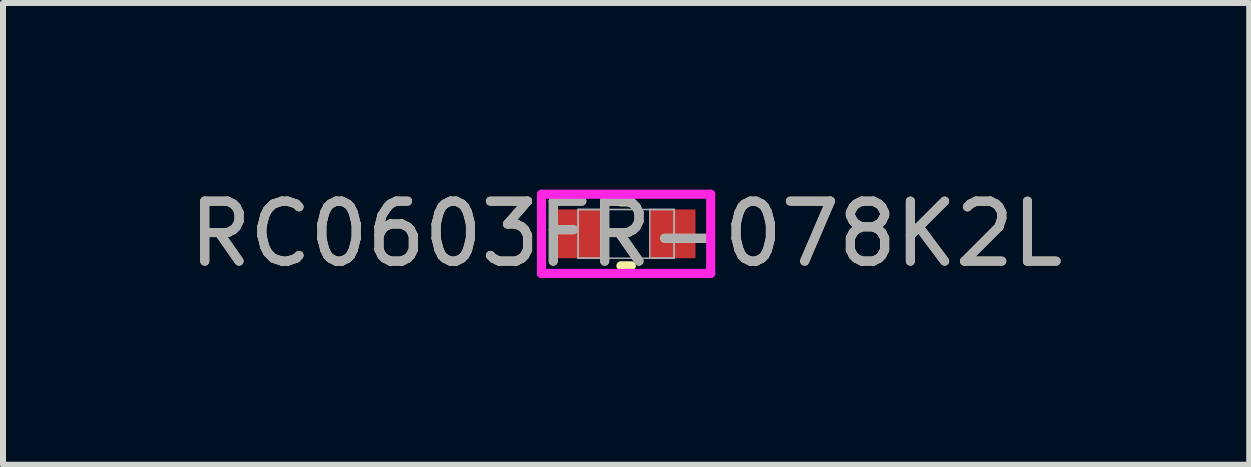
<source format=kicad_pcb>
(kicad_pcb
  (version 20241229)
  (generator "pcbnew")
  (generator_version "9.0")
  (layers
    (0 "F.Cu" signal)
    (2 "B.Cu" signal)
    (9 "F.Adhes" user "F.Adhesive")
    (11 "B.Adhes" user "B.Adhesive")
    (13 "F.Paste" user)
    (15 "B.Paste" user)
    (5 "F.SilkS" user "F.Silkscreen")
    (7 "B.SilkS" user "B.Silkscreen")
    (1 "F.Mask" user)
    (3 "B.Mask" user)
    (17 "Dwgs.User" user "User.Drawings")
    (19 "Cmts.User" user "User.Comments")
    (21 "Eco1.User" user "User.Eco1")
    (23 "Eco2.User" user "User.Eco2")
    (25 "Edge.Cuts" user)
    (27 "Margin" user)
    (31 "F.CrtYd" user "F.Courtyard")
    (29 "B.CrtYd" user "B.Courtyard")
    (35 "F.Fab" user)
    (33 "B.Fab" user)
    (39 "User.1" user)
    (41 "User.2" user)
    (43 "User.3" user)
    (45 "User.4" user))
  (footprint "RC0603FR-078K2L"
    (layer "F.Cu")
    (at 7.387 0.848)
    (property "Reference" "RC0603FR-078K2L" (at 0 0 0) (unlocked yes) (layer "F.SilkS") (effects (font (size 1 1) (thickness 0.15))))
    (attr smd)
    (fp_line (start -0.086 0.533) (end 0.086 0.533) (stroke (width 0.152) (type solid)) (layer "F.SilkS"))
    (fp_line (start 0.086 -0.533) (end -0.086 -0.533) (stroke (width 0.152) (type solid)) (layer "F.SilkS"))
    (fp_line (start -1.41 -0.66) (end 1.41 -0.66) (stroke (width 0.152) (type solid)) (layer "F.CrtYd"))
    (fp_line (start -1.41 0.66) (end -1.41 -0.66) (stroke (width 0.152) (type solid)) (layer "F.CrtYd"))
    (fp_line (start 1.41 -0.66) (end 1.41 0.66) (stroke (width 0.152) (type solid)) (layer "F.CrtYd"))
    (fp_line (start 1.41 0.66) (end -1.41 0.66) (stroke (width 0.152) (type solid)) (layer "F.CrtYd"))
    (fp_line (start -0.8 -0.406) (end -0.8 0.406) (stroke (width 0.025) (type solid)) (layer "F.Fab"))
    (fp_line (start -0.8 -0.406) (end -0.8 0.406) (stroke (width 0.025) (type solid)) (layer "F.Fab"))
    (fp_line (start -0.8 0.406) (end -0.394 0.406) (stroke (width 0.025) (type solid)) (layer "F.Fab"))
    (fp_line (start -0.8 0.406) (end 0.8 0.406) (stroke (width 0.025) (type solid)) (layer "F.Fab"))
    (fp_line (start -0.394 -0.406) (end -0.8 -0.406) (stroke (width 0.025) (type solid)) (layer "F.Fab"))
    (fp_line (start -0.394 0.406) (end -0.394 -0.406) (stroke (width 0.025) (type solid)) (layer "F.Fab"))
    (fp_line (start 0.394 -0.406) (end 0.394 0.406) (stroke (width 0.025) (type solid)) (layer "F.Fab"))
    (fp_line (start 0.394 0.406) (end 0.8 0.406) (stroke (width 0.025) (type solid)) (layer "F.Fab"))
    (fp_line (start 0.8 -0.406) (end -0.8 -0.406) (stroke (width 0.025) (type solid)) (layer "F.Fab"))
    (fp_line (start 0.8 -0.406) (end 0.394 -0.406) (stroke (width 0.025) (type solid)) (layer "F.Fab"))
    (fp_line (start 0.8 0.406) (end 0.8 -0.406) (stroke (width 0.025) (type solid)) (layer "F.Fab"))
    (fp_line (start 0.8 0.406) (end 0.8 -0.406) (stroke (width 0.025) (type solid)) (layer "F.Fab"))
    (fp_text user "${REFERENCE}" (at 0 0 0) (unlocked yes) (layer "F.Fab") (effects (font (size 1 1) (thickness 0.15))))
    (pad "1" smd rect (at -0.775 0) (size 0.762 0.813) (layers "F.Cu" "F.Mask" "F.Paste"))
    (pad "2" smd rect (at 0.775 0) (size 0.762 0.813) (layers "F.Cu" "F.Mask" "F.Paste"))
    (zone (net_name "") (layer "F.Cu") (hatch full 0.508) (connect_pads) (min_thickness 0.254) (filled_areas_thickness no) (keepout (tracks not_allowed) (vias not_allowed) (pads allowed) (copperpour not_allowed) (footprints allowed)) (placement (enabled no)) (fill) (polygon (pts (xy 7.044 0.493) (xy 7.73 0.493) (xy 7.73 1.204) (xy 7.044 1.204)))))
  (gr_rect
    (start -3 -3)
    (end 17.774 4.697)
    (stroke (width 0.1) (type default))
    (fill no)
    (layer "Edge.Cuts")))
</source>
